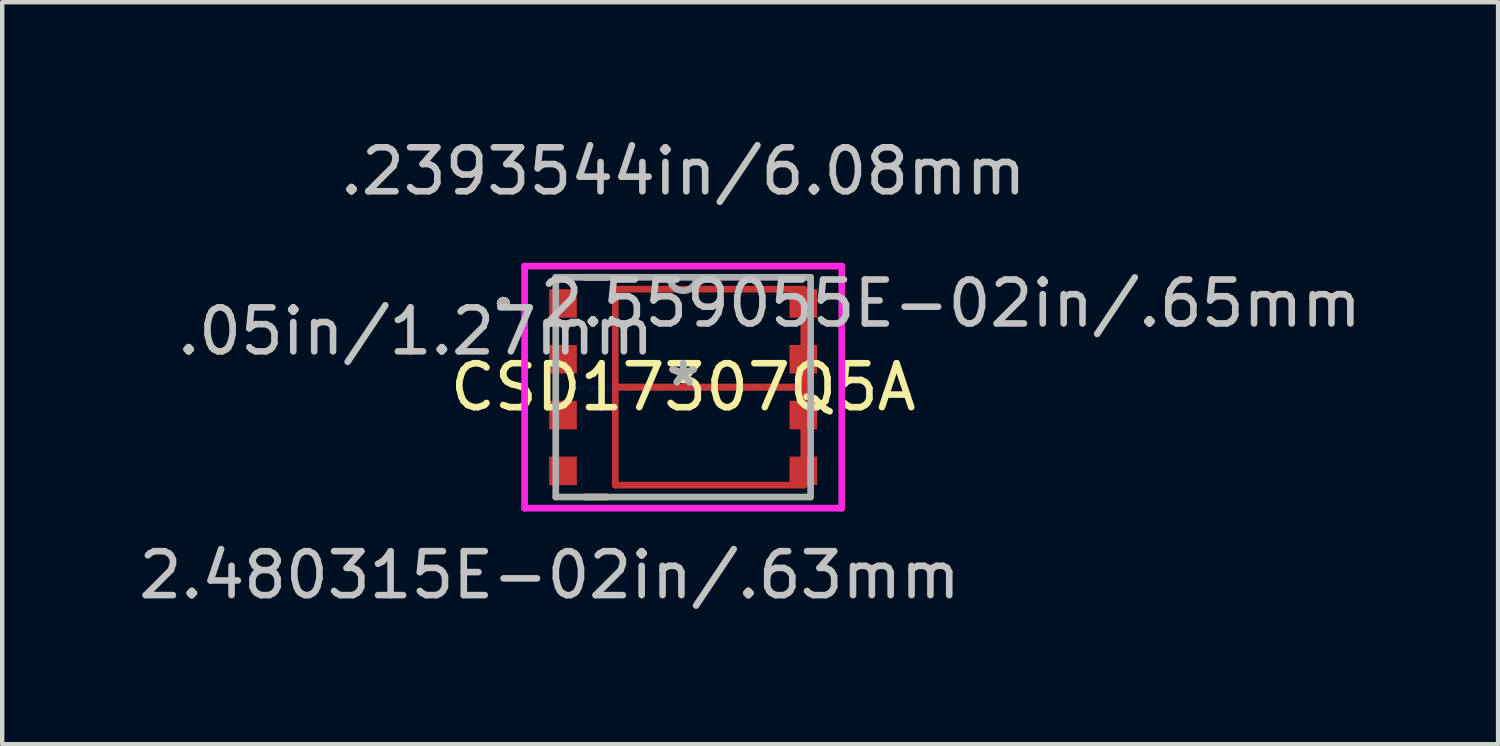
<source format=kicad_pcb>
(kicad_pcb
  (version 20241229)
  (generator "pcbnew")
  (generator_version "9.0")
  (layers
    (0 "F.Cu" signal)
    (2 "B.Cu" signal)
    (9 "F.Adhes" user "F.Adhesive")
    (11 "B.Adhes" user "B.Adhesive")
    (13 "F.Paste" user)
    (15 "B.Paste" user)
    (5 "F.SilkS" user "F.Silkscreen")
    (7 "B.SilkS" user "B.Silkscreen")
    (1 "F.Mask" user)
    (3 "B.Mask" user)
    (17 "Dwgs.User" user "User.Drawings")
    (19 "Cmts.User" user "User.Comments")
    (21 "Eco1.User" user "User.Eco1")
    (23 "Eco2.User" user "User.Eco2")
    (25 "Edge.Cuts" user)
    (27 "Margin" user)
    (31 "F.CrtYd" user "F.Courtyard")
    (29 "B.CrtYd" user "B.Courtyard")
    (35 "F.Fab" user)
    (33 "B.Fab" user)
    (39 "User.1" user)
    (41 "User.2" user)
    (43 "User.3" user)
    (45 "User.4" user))
  (footprint "CSD17307Q5A"
    (layer "F.Cu")
    (at 12.498 5.761)
    (property "Reference" "CSD17307Q5A" (at 0 0 0) (layer "F.SilkS") (effects (font (size 1 1) (thickness 0.15))))
    (attr through_hole)
    (fp_line (start -1.545 -2.23) (end -1.545 0) (stroke (width 0.152) (type solid)) (layer "F.Cu"))
    (fp_line (start -1.545 0) (end 2.745 0) (stroke (width 0.152) (type solid)) (layer "F.Cu"))
    (fp_line (start -1.545 0) (end 2.745 0) (stroke (width 0.152) (type solid)) (layer "F.Cu"))
    (fp_line (start -1.545 2.23) (end -1.545 0) (stroke (width 0.152) (type solid)) (layer "F.Cu"))
    (fp_line (start 2.745 -2.23) (end -1.545 -2.23) (stroke (width 0.152) (type solid)) (layer "F.Cu"))
    (fp_line (start 2.745 0) (end 2.745 -2.23) (stroke (width 0.152) (type solid)) (layer "F.Cu"))
    (fp_line (start 2.745 0) (end 2.745 2.23) (stroke (width 0.152) (type solid)) (layer "F.Cu"))
    (fp_line (start 2.745 2.23) (end -1.545 2.23) (stroke (width 0.152) (type solid)) (layer "F.Cu"))
    (fp_line (start -3.12 -2.3) (end -3.12 -1.51) (stroke (width 0.152) (type solid)) (layer "F.Mask"))
    (fp_line (start -3.12 -1.51) (end -2.35 -1.51) (stroke (width 0.152) (type solid)) (layer "F.Mask"))
    (fp_line (start -3.12 -1.03) (end -3.12 -0.24) (stroke (width 0.152) (type solid)) (layer "F.Mask"))
    (fp_line (start -3.12 -0.24) (end -2.35 -0.24) (stroke (width 0.152) (type solid)) (layer "F.Mask"))
    (fp_line (start -3.12 0.24) (end -3.12 1.03) (stroke (width 0.152) (type solid)) (layer "F.Mask"))
    (fp_line (start -3.12 1.03) (end -2.35 1.03) (stroke (width 0.152) (type solid)) (layer "F.Mask"))
    (fp_line (start -3.12 1.51) (end -3.12 2.3) (stroke (width 0.152) (type solid)) (layer "F.Mask"))
    (fp_line (start -3.12 2.3) (end -2.35 2.3) (stroke (width 0.152) (type solid)) (layer "F.Mask"))
    (fp_line (start -2.35 -2.3) (end -3.12 -2.3) (stroke (width 0.152) (type solid)) (layer "F.Mask"))
    (fp_line (start -2.35 -1.51) (end -2.35 -2.3) (stroke (width 0.152) (type solid)) (layer "F.Mask"))
    (fp_line (start -2.35 -1.03) (end -3.12 -1.03) (stroke (width 0.152) (type solid)) (layer "F.Mask"))
    (fp_line (start -2.35 -0.24) (end -2.35 -1.03) (stroke (width 0.152) (type solid)) (layer "F.Mask"))
    (fp_line (start -2.35 0.24) (end -3.12 0.24) (stroke (width 0.152) (type solid)) (layer "F.Mask"))
    (fp_line (start -2.35 1.03) (end -2.35 0.24) (stroke (width 0.152) (type solid)) (layer "F.Mask"))
    (fp_line (start -2.35 1.51) (end -3.12 1.51) (stroke (width 0.152) (type solid)) (layer "F.Mask"))
    (fp_line (start -2.35 2.3) (end -2.35 1.51) (stroke (width 0.152) (type solid)) (layer "F.Mask"))
    (fp_line (start -1.545 -2.23) (end -1.545 0) (stroke (width 0.152) (type solid)) (layer "F.Mask"))
    (fp_line (start -1.545 0) (end 2.745 0) (stroke (width 0.152) (type solid)) (layer "F.Mask"))
    (fp_line (start -1.545 0) (end 2.745 0) (stroke (width 0.152) (type solid)) (layer "F.Mask"))
    (fp_line (start -1.545 2.23) (end -1.545 0) (stroke (width 0.152) (type solid)) (layer "F.Mask"))
    (fp_line (start 2.35 -2.3) (end 2.35 -1.51) (stroke (width 0.152) (type solid)) (layer "F.Mask"))
    (fp_line (start 2.35 -1.51) (end 3.12 -1.51) (stroke (width 0.152) (type solid)) (layer "F.Mask"))
    (fp_line (start 2.35 -1.03) (end 2.35 -0.24) (stroke (width 0.152) (type solid)) (layer "F.Mask"))
    (fp_line (start 2.35 -0.24) (end 3.12 -0.24) (stroke (width 0.152) (type solid)) (layer "F.Mask"))
    (fp_line (start 2.35 0.24) (end 2.35 1.03) (stroke (width 0.152) (type solid)) (layer "F.Mask"))
    (fp_line (start 2.35 1.03) (end 3.12 1.03) (stroke (width 0.152) (type solid)) (layer "F.Mask"))
    (fp_line (start 2.35 1.51) (end 2.35 2.3) (stroke (width 0.152) (type solid)) (layer "F.Mask"))
    (fp_line (start 2.35 2.3) (end 3.12 2.3) (stroke (width 0.152) (type solid)) (layer "F.Mask"))
    (fp_line (start 2.745 -2.23) (end -1.545 -2.23) (stroke (width 0.152) (type solid)) (layer "F.Mask"))
    (fp_line (start 2.745 0) (end 2.745 -2.23) (stroke (width 0.152) (type solid)) (layer "F.Mask"))
    (fp_line (start 2.745 0) (end 2.745 2.23) (stroke (width 0.152) (type solid)) (layer "F.Mask"))
    (fp_line (start 2.745 2.23) (end -1.545 2.23) (stroke (width 0.152) (type solid)) (layer "F.Mask"))
    (fp_line (start 3.12 -2.3) (end 2.35 -2.3) (stroke (width 0.152) (type solid)) (layer "F.Mask"))
    (fp_line (start 3.12 -1.51) (end 3.12 -2.3) (stroke (width 0.152) (type solid)) (layer "F.Mask"))
    (fp_line (start 3.12 -1.03) (end 2.35 -1.03) (stroke (width 0.152) (type solid)) (layer "F.Mask"))
    (fp_line (start 3.12 -0.24) (end 3.12 -1.03) (stroke (width 0.152) (type solid)) (layer "F.Mask"))
    (fp_line (start 3.12 0.24) (end 2.35 0.24) (stroke (width 0.152) (type solid)) (layer "F.Mask"))
    (fp_line (start 3.12 1.03) (end 3.12 0.24) (stroke (width 0.152) (type solid)) (layer "F.Mask"))
    (fp_line (start 3.12 1.51) (end 2.35 1.51) (stroke (width 0.152) (type solid)) (layer "F.Mask"))
    (fp_line (start 3.12 2.3) (end 3.12 1.51) (stroke (width 0.152) (type solid)) (layer "F.Mask"))
    (fp_line (start -2.226 2.5) (end -1.74 2.5) (stroke (width 0.152) (type solid)) (layer "F.SilkS"))
    (fp_line (start -1.74 -2.5) (end -2.226 -2.5) (stroke (width 0.152) (type solid)) (layer "F.SilkS"))
    (fp_circle (center -4.091 -1.905) (end -4.015 -1.905) (stroke (width 0.152) (type solid)) (fill no) (layer "F.SilkS"))
    (fp_line (start -1.415 -1.88) (end -0.18 -1.88) (stroke (width 0.152) (type solid)) (layer "F.Paste"))
    (fp_line (start -1.415 -0.31) (end -1.415 -1.88) (stroke (width 0.152) (type solid)) (layer "F.Paste"))
    (fp_line (start -1.415 0.31) (end -1.415 1.88) (stroke (width 0.152) (type solid)) (layer "F.Paste"))
    (fp_line (start -1.415 1.88) (end -0.18 1.88) (stroke (width 0.152) (type solid)) (layer "F.Paste"))
    (fp_line (start -0.18 -1.88) (end -0.18 -0.31) (stroke (width 0.152) (type solid)) (layer "F.Paste"))
    (fp_line (start -0.18 -0.31) (end -1.415 -0.31) (stroke (width 0.152) (type solid)) (layer "F.Paste"))
    (fp_line (start -0.18 0.31) (end -1.415 0.31) (stroke (width 0.152) (type solid)) (layer "F.Paste"))
    (fp_line (start -0.18 1.88) (end -0.18 0.31) (stroke (width 0.152) (type solid)) (layer "F.Paste"))
    (fp_line (start 0.32 -1.88) (end 0.32 -0.31) (stroke (width 0.152) (type solid)) (layer "F.Paste"))
    (fp_line (start 0.32 -0.31) (end 1.905 -0.31) (stroke (width 0.152) (type solid)) (layer "F.Paste"))
    (fp_line (start 0.32 0.31) (end 1.905 0.31) (stroke (width 0.152) (type solid)) (layer "F.Paste"))
    (fp_line (start 0.32 1.88) (end 0.32 0.31) (stroke (width 0.152) (type solid)) (layer "F.Paste"))
    (fp_line (start 1.905 -1.88) (end 0.32 -1.88) (stroke (width 0.152) (type solid)) (layer "F.Paste"))
    (fp_line (start 1.905 -0.31) (end 1.905 -1.88) (stroke (width 0.152) (type solid)) (layer "F.Paste"))
    (fp_line (start 1.905 0.31) (end 1.905 1.88) (stroke (width 0.152) (type solid)) (layer "F.Paste"))
    (fp_line (start 1.905 1.88) (end 0.32 1.88) (stroke (width 0.152) (type solid)) (layer "F.Paste"))
    (fp_line (start -3.609 -2.754) (end 3.609 -2.754) (stroke (width 0.152) (type solid)) (layer "F.CrtYd"))
    (fp_line (start -3.609 2.754) (end -3.609 -2.754) (stroke (width 0.152) (type solid)) (layer "F.CrtYd"))
    (fp_line (start 3.609 -2.754) (end 3.609 2.754) (stroke (width 0.152) (type solid)) (layer "F.CrtYd"))
    (fp_line (start 3.609 2.754) (end -3.609 2.754) (stroke (width 0.152) (type solid)) (layer "F.CrtYd"))
    (fp_line (start -2.9 -2.5) (end -2.9 2.5) (stroke (width 0.152) (type solid)) (layer "F.Fab"))
    (fp_line (start -2.9 2.5) (end 2.9 2.5) (stroke (width 0.152) (type solid)) (layer "F.Fab"))
    (fp_line (start 2.9 -2.5) (end -2.9 -2.5) (stroke (width 0.152) (type solid)) (layer "F.Fab"))
    (fp_line (start 2.9 2.5) (end 2.9 -2.5) (stroke (width 0.152) (type solid)) (layer "F.Fab"))
    (fp_arc (start 0.3048 -2.5) (mid 0 -2.1952) (end -0.3048 -2.5) (stroke (width 0.1524) (type solid)) (layer "F.Fab"))
    (fp_circle (center -4.091 -1.905) (end -4.015 -1.905) (stroke (width 0.152) (type solid)) (fill no) (layer "F.Fab"))
    (fp_text user "*" (at 0 0 0) (layer "F.SilkS") (effects (font (size 1 1) (thickness 0.15))))
    (fp_text user ".05in/1.27mm" (at -6.088 -1.27 0) (layer "Dwgs.User") (effects (font (size 1 1) (thickness 0.15))))
    (fp_text user "2.559055E-02in/.65mm" (at 6.088 -1.905 0) (layer "Dwgs.User") (effects (font (size 1 1) (thickness 0.15))))
    (fp_text user "2.480315E-02in/.63mm" (at -3.04 4.278 0) (layer "Dwgs.User") (effects (font (size 1 1) (thickness 0.15))))
    (fp_text user ".2393544in/6.08mm" (at 0 -4.913 0) (layer "Dwgs.User") (effects (font (size 1 1) (thickness 0.15))))
    (fp_text user "Copyright 2016 Accelerated Designs. All rights reserved." (at 0 0 0) (layer "Cmts.User") (effects (font (size 0.127 0.127) (thickness 0.002))))
    (fp_text user "*" (at 0 0 0) (layer "F.Fab") (effects (font (size 1 1) (thickness 0.15))))
    (pad "1" smd rect (at -2.735 -1.905) (size 0.63 0.65) (layers "F.Cu" "F.Mask" "F.Paste"))
    (pad "2" smd rect (at -2.735 -0.635) (size 0.63 0.65) (layers "F.Cu" "F.Mask" "F.Paste"))
    (pad "3" smd rect (at -2.735 0.635) (size 0.63 0.65) (layers "F.Cu" "F.Mask" "F.Paste"))
    (pad "4" smd rect (at -2.735 1.905) (size 0.63 0.65) (layers "F.Cu" "F.Mask" "F.Paste"))
    (pad "5" smd rect (at 2.735 1.905) (size 0.63 0.65) (layers "F.Cu" "F.Mask" "F.Paste"))
    (pad "6" smd rect (at 2.735 0.635) (size 0.63 0.65) (layers "F.Cu" "F.Mask" "F.Paste"))
    (pad "7" smd rect (at 2.735 -0.635) (size 0.63 0.65) (layers "F.Cu" "F.Mask" "F.Paste"))
    (pad "8" smd rect (at 2.735 -1.905) (size 0.63 0.65) (layers "F.Cu" "F.Mask" "F.Paste")))
  (gr_rect
    (start -3 -3)
    (end 31.044 13.887)
    (stroke (width 0.1) (type default))
    (fill no)
    (layer "Edge.Cuts")))
</source>
